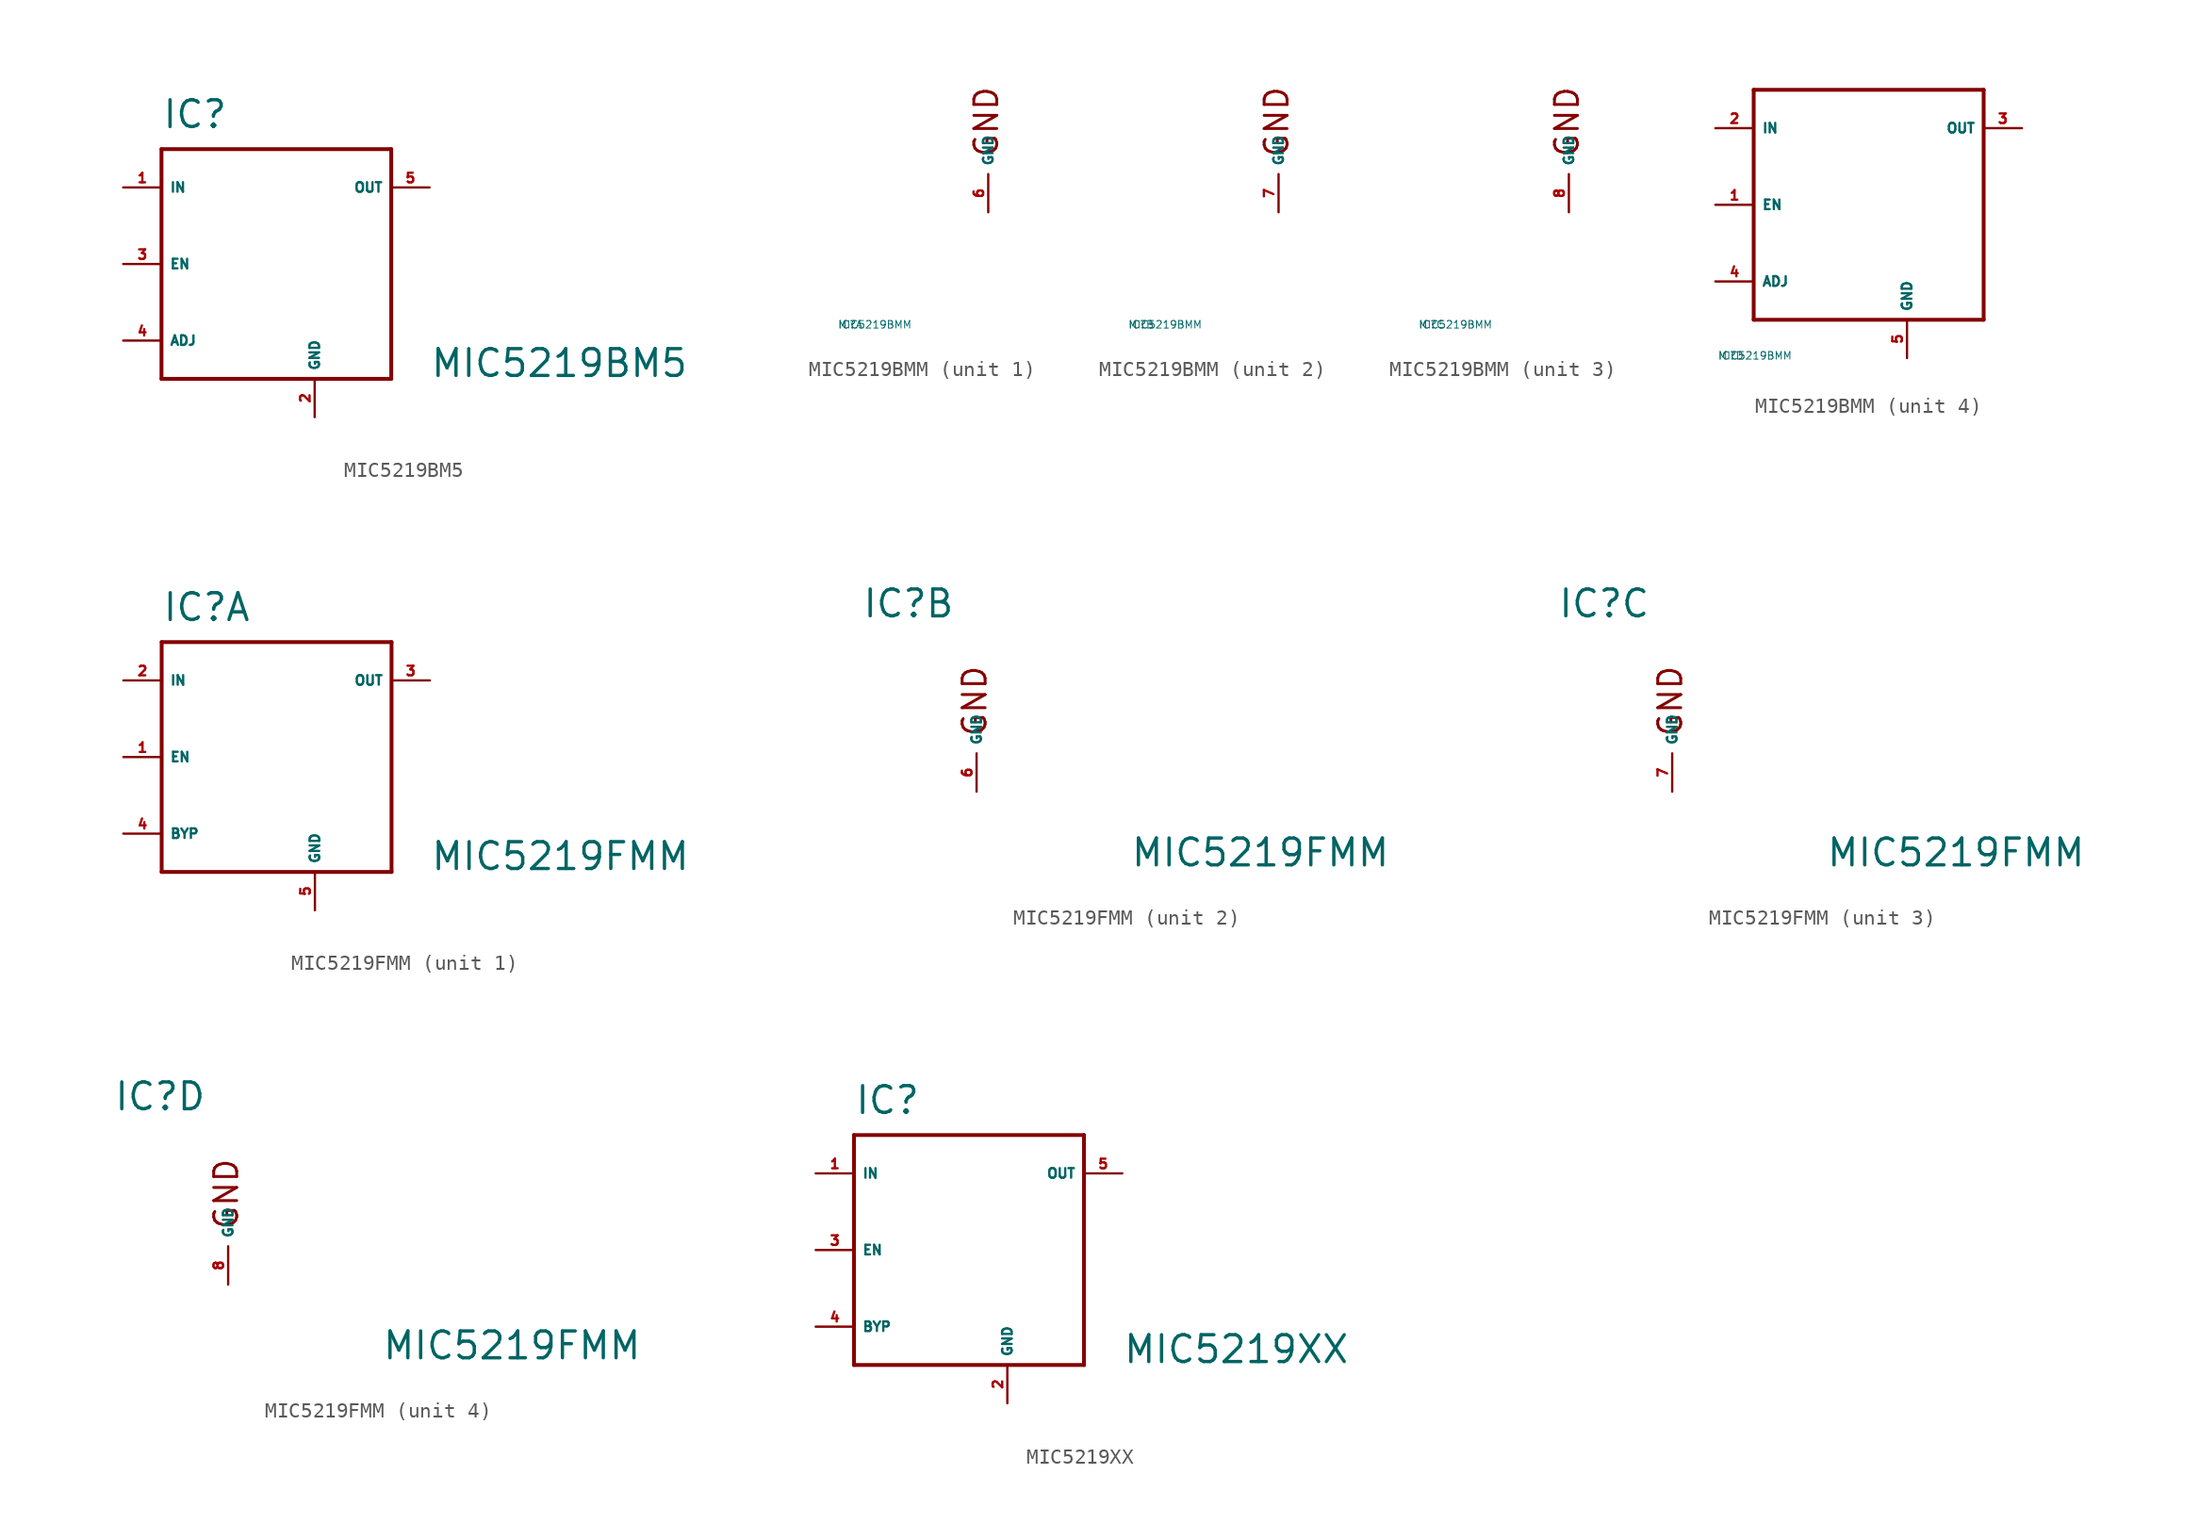
<source format=kicad_sym>
(kicad_symbol_lib
  (version 20220914)
  (generator Eagle2Kicad)
  (symbol "MIC5219BM5"
    (property "Reference" "IC"
      (at -7.62 8.89 0)
      (effects (font (size 1.778 1.778) (thickness 0.22)) (justify left bottom)))
    (property "Value" "MIC5219BM5"
      (at 10.16 -7.62 0)
      (effects (font (size 1.778 1.778) (thickness 0.22)) (justify left bottom)))
    (polyline
      (pts (xy -7.62 7.62) (xy 7.62 7.62))
      (stroke (width 0.254) (type default))
      (fill (type none)))
    (polyline
      (pts (xy 7.62 7.62) (xy 7.62 -7.62))
      (stroke (width 0.254) (type default))
      (fill (type none)))
    (polyline
      (pts (xy 7.62 -7.62) (xy -7.62 -7.62))
      (stroke (width 0.254) (type default))
      (fill (type none)))
    (polyline
      (pts (xy -7.62 -7.62) (xy -7.62 7.62))
      (stroke (width 0.254) (type default))
      (fill (type none)))
    (pin input line
      (at -10.16 5.08 0)
      (length 2.54)
      (name "IN" (effects (font (size 0.635 0.635) (thickness 0.08)) (justify left bottom)))
      (number "1" (effects (font (size 0.635 0.635) (thickness 0.08)) (justify left bottom))))
    (pin input line
      (at -10.16 0 0)
      (length 2.54)
      (name "EN" (effects (font (size 0.635 0.635) (thickness 0.08)) (justify left bottom)))
      (number "3" (effects (font (size 0.635 0.635) (thickness 0.08)) (justify left bottom))))
    (pin output line
      (at 10.16 5.08 180)
      (length 2.54)
      (name "OUT" (effects (font (size 0.635 0.635) (thickness 0.08)) (justify left bottom)))
      (number "5" (effects (font (size 0.635 0.635) (thickness 0.08)) (justify left bottom))))
    (pin passive line
      (at -10.16 -5.08 0)
      (length 2.54)
      (name "ADJ" (effects (font (size 0.635 0.635) (thickness 0.08)) (justify left bottom)))
      (number "4" (effects (font (size 0.635 0.635) (thickness 0.08)) (justify left bottom))))
    (pin unspecified line
      (at 2.54 -10.16 90)
      (length 2.54)
      (name "GND" (effects (font (size 0.635 0.635) (thickness 0.08)) (justify left bottom)))
      (number "2" (effects (font (size 0.635 0.635) (thickness 0.08)) (justify left bottom)))))
  (symbol "MIC5219BMM"
    (property "Reference" "IC"
      (at -10 -10 0)
      (effects (font (size 0.5 0.5) (thickness 0.06)) (justify left)))
    (property "Value" "MIC5219BMM"
      (at -10 -10 0)
      (effects (font (size 0.5 0.5) (thickness 0.06)) (justify left)))
    (symbol "MIC5219BMM_1_0"
      (text "GND" (at 0.762 1.016 900) (effects (font (size 1.524 1.524) (thickness 0.19)) (justify left bottom)))
      (pin unspecified line (at 0 -2.54 90) (length 2.54) (name "GND" (effects (font (size 0.635 0.635) (thickness 0.08)) (justify left bottom))) (number "6" (effects (font (size 0.635 0.635) (thickness 0.08)) (justify left bottom)))))
    (symbol "MIC5219BMM_2_0"
      (text "GND" (at 0.762 1.016 900) (effects (font (size 1.524 1.524) (thickness 0.19)) (justify left bottom)))
      (pin unspecified line (at 0 -2.54 90) (length 2.54) (name "GND" (effects (font (size 0.635 0.635) (thickness 0.08)) (justify left bottom))) (number "7" (effects (font (size 0.635 0.635) (thickness 0.08)) (justify left bottom)))))
    (symbol "MIC5219BMM_3_0"
      (text "GND" (at 0.762 1.016 900) (effects (font (size 1.524 1.524) (thickness 0.19)) (justify left bottom)))
      (pin unspecified line (at 0 -2.54 90) (length 2.54) (name "GND" (effects (font (size 0.635 0.635) (thickness 0.08)) (justify left bottom))) (number "8" (effects (font (size 0.635 0.635) (thickness 0.08)) (justify left bottom)))))
    (symbol "MIC5219BMM_4_0"
      (polyline (pts (xy -7.62 7.62) (xy 7.62 7.62)) (stroke (width 0.254) (type default)) (fill (type none)))
      (polyline (pts (xy 7.62 7.62) (xy 7.62 -7.62)) (stroke (width 0.254) (type default)) (fill (type none)))
      (polyline (pts (xy 7.62 -7.62) (xy -7.62 -7.62)) (stroke (width 0.254) (type default)) (fill (type none)))
      (polyline (pts (xy -7.62 -7.62) (xy -7.62 7.62)) (stroke (width 0.254) (type default)) (fill (type none)))
      (pin input line (at -10.16 5.08 0) (length 2.54) (name "IN" (effects (font (size 0.635 0.635) (thickness 0.08)) (justify left bottom))) (number "2" (effects (font (size 0.635 0.635) (thickness 0.08)) (justify left bottom))))
      (pin input line (at -10.16 0 0) (length 2.54) (name "EN" (effects (font (size 0.635 0.635) (thickness 0.08)) (justify left bottom))) (number "1" (effects (font (size 0.635 0.635) (thickness 0.08)) (justify left bottom))))
      (pin output line (at 10.16 5.08 180) (length 2.54) (name "OUT" (effects (font (size 0.635 0.635) (thickness 0.08)) (justify left bottom))) (number "3" (effects (font (size 0.635 0.635) (thickness 0.08)) (justify left bottom))))
      (pin passive line (at -10.16 -5.08 0) (length 2.54) (name "ADJ" (effects (font (size 0.635 0.635) (thickness 0.08)) (justify left bottom))) (number "4" (effects (font (size 0.635 0.635) (thickness 0.08)) (justify left bottom))))
      (pin unspecified line (at 2.54 -10.16 90) (length 2.54) (name "GND" (effects (font (size 0.635 0.635) (thickness 0.08)) (justify left bottom))) (number "5" (effects (font (size 0.635 0.635) (thickness 0.08)) (justify left bottom))))))
  (symbol "MIC5219FMM"
    (property "Reference" "IC"
      (at -7.62 8.89 0)
      (effects (font (size 1.778 1.778) (thickness 0.22)) (justify left bottom)))
    (property "Value" "MIC5219FMM"
      (at 10.16 -7.62 0)
      (effects (font (size 1.778 1.778) (thickness 0.22)) (justify left bottom)))
    (symbol "MIC5219FMM_1_0"
      (polyline (pts (xy -7.62 7.62) (xy 7.62 7.62)) (stroke (width 0.254) (type default)) (fill (type none)))
      (polyline (pts (xy 7.62 7.62) (xy 7.62 -7.62)) (stroke (width 0.254) (type default)) (fill (type none)))
      (polyline (pts (xy 7.62 -7.62) (xy -7.62 -7.62)) (stroke (width 0.254) (type default)) (fill (type none)))
      (polyline (pts (xy -7.62 -7.62) (xy -7.62 7.62)) (stroke (width 0.254) (type default)) (fill (type none)))
      (pin input line (at -10.16 5.08 0) (length 2.54) (name "IN" (effects (font (size 0.635 0.635) (thickness 0.08)) (justify left bottom))) (number "2" (effects (font (size 0.635 0.635) (thickness 0.08)) (justify left bottom))))
      (pin input line (at -10.16 0 0) (length 2.54) (name "EN" (effects (font (size 0.635 0.635) (thickness 0.08)) (justify left bottom))) (number "1" (effects (font (size 0.635 0.635) (thickness 0.08)) (justify left bottom))))
      (pin output line (at 10.16 5.08 180) (length 2.54) (name "OUT" (effects (font (size 0.635 0.635) (thickness 0.08)) (justify left bottom))) (number "3" (effects (font (size 0.635 0.635) (thickness 0.08)) (justify left bottom))))
      (pin passive line (at -10.16 -5.08 0) (length 2.54) (name "BYP" (effects (font (size 0.635 0.635) (thickness 0.08)) (justify left bottom))) (number "4" (effects (font (size 0.635 0.635) (thickness 0.08)) (justify left bottom))))
      (pin unspecified line (at 2.54 -10.16 90) (length 2.54) (name "GND" (effects (font (size 0.635 0.635) (thickness 0.08)) (justify left bottom))) (number "5" (effects (font (size 0.635 0.635) (thickness 0.08)) (justify left bottom)))))
    (symbol "MIC5219FMM_2_0"
      (text "GND" (at 0.762 1.016 900) (effects (font (size 1.524 1.524) (thickness 0.19)) (justify left bottom)))
      (pin unspecified line (at 0 -2.54 90) (length 2.54) (name "GND" (effects (font (size 0.635 0.635) (thickness 0.08)) (justify left bottom))) (number "6" (effects (font (size 0.635 0.635) (thickness 0.08)) (justify left bottom)))))
    (symbol "MIC5219FMM_3_0"
      (text "GND" (at 0.762 1.016 900) (effects (font (size 1.524 1.524) (thickness 0.19)) (justify left bottom)))
      (pin unspecified line (at 0 -2.54 90) (length 2.54) (name "GND" (effects (font (size 0.635 0.635) (thickness 0.08)) (justify left bottom))) (number "7" (effects (font (size 0.635 0.635) (thickness 0.08)) (justify left bottom)))))
    (symbol "MIC5219FMM_4_0"
      (text "GND" (at 0.762 1.016 900) (effects (font (size 1.524 1.524) (thickness 0.19)) (justify left bottom)))
      (pin unspecified line (at 0 -2.54 90) (length 2.54) (name "GND" (effects (font (size 0.635 0.635) (thickness 0.08)) (justify left bottom))) (number "8" (effects (font (size 0.635 0.635) (thickness 0.08)) (justify left bottom))))))
  (symbol "MIC5219XX"
    (property "Reference" "IC"
      (at -7.62 8.89 0)
      (effects (font (size 1.778 1.778) (thickness 0.22)) (justify left bottom)))
    (property "Value" "MIC5219XX"
      (at 10.16 -7.62 0)
      (effects (font (size 1.778 1.778) (thickness 0.22)) (justify left bottom)))
    (polyline
      (pts (xy -7.62 7.62) (xy 7.62 7.62))
      (stroke (width 0.254) (type default))
      (fill (type none)))
    (polyline
      (pts (xy 7.62 7.62) (xy 7.62 -7.62))
      (stroke (width 0.254) (type default))
      (fill (type none)))
    (polyline
      (pts (xy 7.62 -7.62) (xy -7.62 -7.62))
      (stroke (width 0.254) (type default))
      (fill (type none)))
    (polyline
      (pts (xy -7.62 -7.62) (xy -7.62 7.62))
      (stroke (width 0.254) (type default))
      (fill (type none)))
    (pin input line
      (at -10.16 5.08 0)
      (length 2.54)
      (name "IN" (effects (font (size 0.635 0.635) (thickness 0.08)) (justify left bottom)))
      (number "1" (effects (font (size 0.635 0.635) (thickness 0.08)) (justify left bottom))))
    (pin input line
      (at -10.16 0 0)
      (length 2.54)
      (name "EN" (effects (font (size 0.635 0.635) (thickness 0.08)) (justify left bottom)))
      (number "3" (effects (font (size 0.635 0.635) (thickness 0.08)) (justify left bottom))))
    (pin output line
      (at 10.16 5.08 180)
      (length 2.54)
      (name "OUT" (effects (font (size 0.635 0.635) (thickness 0.08)) (justify left bottom)))
      (number "5" (effects (font (size 0.635 0.635) (thickness 0.08)) (justify left bottom))))
    (pin passive line
      (at -10.16 -5.08 0)
      (length 2.54)
      (name "BYP" (effects (font (size 0.635 0.635) (thickness 0.08)) (justify left bottom)))
      (number "4" (effects (font (size 0.635 0.635) (thickness 0.08)) (justify left bottom))))
    (pin unspecified line
      (at 2.54 -10.16 90)
      (length 2.54)
      (name "GND" (effects (font (size 0.635 0.635) (thickness 0.08)) (justify left bottom)))
      (number "2" (effects (font (size 0.635 0.635) (thickness 0.08)) (justify left bottom))))))
</source>
